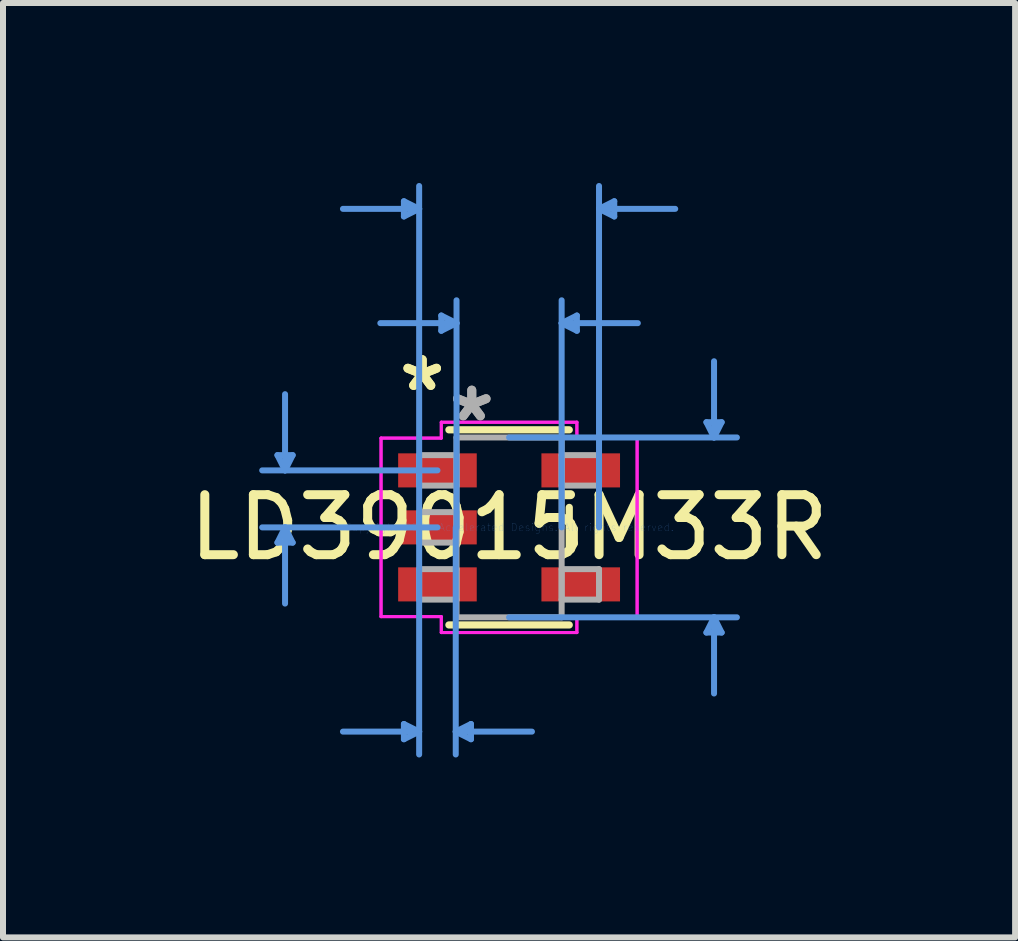
<source format=kicad_pcb>
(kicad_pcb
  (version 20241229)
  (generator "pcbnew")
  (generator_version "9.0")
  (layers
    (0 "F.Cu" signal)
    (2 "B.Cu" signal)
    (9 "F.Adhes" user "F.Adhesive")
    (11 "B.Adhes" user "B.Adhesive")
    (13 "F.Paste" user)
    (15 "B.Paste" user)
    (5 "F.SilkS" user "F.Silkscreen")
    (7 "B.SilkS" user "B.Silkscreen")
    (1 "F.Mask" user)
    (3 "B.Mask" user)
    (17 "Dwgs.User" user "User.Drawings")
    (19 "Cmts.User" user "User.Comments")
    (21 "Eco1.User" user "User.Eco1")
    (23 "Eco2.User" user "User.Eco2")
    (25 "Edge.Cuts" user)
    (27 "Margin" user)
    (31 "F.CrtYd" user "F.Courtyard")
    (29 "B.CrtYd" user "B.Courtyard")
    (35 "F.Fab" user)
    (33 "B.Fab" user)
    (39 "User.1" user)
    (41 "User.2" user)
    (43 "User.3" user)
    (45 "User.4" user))
  (footprint "LD39015M33R"
    (layer "F.Cu")
    (at 5.435 5.74)
    (property "Reference" "LD39015M33R" (at 0 0 0) (layer "F.SilkS") (effects (font (size 1 1) (thickness 0.15))))
    (attr through_hole)
    (fp_line (start -1.003 1.626) (end 1.003 1.626) (stroke (width 0.12) (type solid)) (layer "F.SilkS"))
    (fp_line (start 1.003 -1.626) (end -1.003 -1.626) (stroke (width 0.12) (type solid)) (layer "F.SilkS"))
    (fp_line (start 1.003 0.333) (end 1.003 -0.333) (stroke (width 0.12) (type solid)) (layer "F.SilkS"))
    (fp_line (start -3.861 -1.204) (end -3.607 -1.204) (stroke (width 0.1) (type solid)) (layer "Cmts.User"))
    (fp_line (start -3.861 0.254) (end -3.607 0.254) (stroke (width 0.1) (type solid)) (layer "Cmts.User"))
    (fp_line (start -3.734 -0.95) (end -3.861 -1.204) (stroke (width 0.1) (type solid)) (layer "Cmts.User"))
    (fp_line (start -3.734 -0.95) (end -3.734 -2.22) (stroke (width 0.1) (type solid)) (layer "Cmts.User"))
    (fp_line (start -3.734 -0.95) (end -3.607 -1.204) (stroke (width 0.1) (type solid)) (layer "Cmts.User"))
    (fp_line (start -3.734 0) (end -3.861 0.254) (stroke (width 0.1) (type solid)) (layer "Cmts.User"))
    (fp_line (start -3.734 0) (end -3.734 1.27) (stroke (width 0.1) (type solid)) (layer "Cmts.User"))
    (fp_line (start -3.734 0) (end -3.607 0.254) (stroke (width 0.1) (type solid)) (layer "Cmts.User"))
    (fp_line (start -1.753 -5.436) (end -1.753 -5.182) (stroke (width 0.1) (type solid)) (layer "Cmts.User"))
    (fp_line (start -1.753 3.277) (end -1.753 3.531) (stroke (width 0.1) (type solid)) (layer "Cmts.User"))
    (fp_line (start -1.499 -5.309) (end -2.769 -5.309) (stroke (width 0.1) (type solid)) (layer "Cmts.User"))
    (fp_line (start -1.499 -5.309) (end -1.753 -5.436) (stroke (width 0.1) (type solid)) (layer "Cmts.User"))
    (fp_line (start -1.499 -5.309) (end -1.753 -5.182) (stroke (width 0.1) (type solid)) (layer "Cmts.User"))
    (fp_line (start -1.499 0) (end -1.499 -5.69) (stroke (width 0.1) (type solid)) (layer "Cmts.User"))
    (fp_line (start -1.499 0) (end -1.499 3.785) (stroke (width 0.1) (type solid)) (layer "Cmts.User"))
    (fp_line (start -1.499 3.404) (end -2.769 3.404) (stroke (width 0.1) (type solid)) (layer "Cmts.User"))
    (fp_line (start -1.499 3.404) (end -1.753 3.277) (stroke (width 0.1) (type solid)) (layer "Cmts.User"))
    (fp_line (start -1.499 3.404) (end -1.753 3.531) (stroke (width 0.1) (type solid)) (layer "Cmts.User"))
    (fp_line (start -1.194 -0.95) (end -4.115 -0.95) (stroke (width 0.1) (type solid)) (layer "Cmts.User"))
    (fp_line (start -1.194 0) (end -4.115 0) (stroke (width 0.1) (type solid)) (layer "Cmts.User"))
    (fp_line (start -1.13 -3.531) (end -1.13 -3.277) (stroke (width 0.1) (type solid)) (layer "Cmts.User"))
    (fp_line (start -0.889 0) (end -0.889 3.785) (stroke (width 0.1) (type solid)) (layer "Cmts.User"))
    (fp_line (start -0.889 3.404) (end -0.635 3.277) (stroke (width 0.1) (type solid)) (layer "Cmts.User"))
    (fp_line (start -0.889 3.404) (end -0.635 3.531) (stroke (width 0.1) (type solid)) (layer "Cmts.User"))
    (fp_line (start -0.889 3.404) (end 0.381 3.404) (stroke (width 0.1) (type solid)) (layer "Cmts.User"))
    (fp_line (start -0.876 -3.404) (end -2.146 -3.404) (stroke (width 0.1) (type solid)) (layer "Cmts.User"))
    (fp_line (start -0.876 -3.404) (end -1.13 -3.531) (stroke (width 0.1) (type solid)) (layer "Cmts.User"))
    (fp_line (start -0.876 -3.404) (end -1.13 -3.277) (stroke (width 0.1) (type solid)) (layer "Cmts.User"))
    (fp_line (start -0.876 0) (end -0.876 -3.785) (stroke (width 0.1) (type solid)) (layer "Cmts.User"))
    (fp_line (start -0.635 3.277) (end -0.635 3.531) (stroke (width 0.1) (type solid)) (layer "Cmts.User"))
    (fp_line (start 0 -1.499) (end 3.797 -1.499) (stroke (width 0.1) (type solid)) (layer "Cmts.User"))
    (fp_line (start 0 1.499) (end 3.797 1.499) (stroke (width 0.1) (type solid)) (layer "Cmts.User"))
    (fp_line (start 0.876 -3.404) (end 1.13 -3.531) (stroke (width 0.1) (type solid)) (layer "Cmts.User"))
    (fp_line (start 0.876 -3.404) (end 1.13 -3.277) (stroke (width 0.1) (type solid)) (layer "Cmts.User"))
    (fp_line (start 0.876 -3.404) (end 2.146 -3.404) (stroke (width 0.1) (type solid)) (layer "Cmts.User"))
    (fp_line (start 0.876 0) (end 0.876 -3.785) (stroke (width 0.1) (type solid)) (layer "Cmts.User"))
    (fp_line (start 1.13 -3.531) (end 1.13 -3.277) (stroke (width 0.1) (type solid)) (layer "Cmts.User"))
    (fp_line (start 1.499 -5.309) (end 1.753 -5.436) (stroke (width 0.1) (type solid)) (layer "Cmts.User"))
    (fp_line (start 1.499 -5.309) (end 1.753 -5.182) (stroke (width 0.1) (type solid)) (layer "Cmts.User"))
    (fp_line (start 1.499 -5.309) (end 2.769 -5.309) (stroke (width 0.1) (type solid)) (layer "Cmts.User"))
    (fp_line (start 1.499 0) (end 1.499 -5.69) (stroke (width 0.1) (type solid)) (layer "Cmts.User"))
    (fp_line (start 1.753 -5.436) (end 1.753 -5.182) (stroke (width 0.1) (type solid)) (layer "Cmts.User"))
    (fp_line (start 3.289 -1.753) (end 3.543 -1.753) (stroke (width 0.1) (type solid)) (layer "Cmts.User"))
    (fp_line (start 3.289 1.753) (end 3.543 1.753) (stroke (width 0.1) (type solid)) (layer "Cmts.User"))
    (fp_line (start 3.416 -1.499) (end 3.289 -1.753) (stroke (width 0.1) (type solid)) (layer "Cmts.User"))
    (fp_line (start 3.416 -1.499) (end 3.416 -2.769) (stroke (width 0.1) (type solid)) (layer "Cmts.User"))
    (fp_line (start 3.416 -1.499) (end 3.543 -1.753) (stroke (width 0.1) (type solid)) (layer "Cmts.User"))
    (fp_line (start 3.416 1.499) (end 3.289 1.753) (stroke (width 0.1) (type solid)) (layer "Cmts.User"))
    (fp_line (start 3.416 1.499) (end 3.416 2.769) (stroke (width 0.1) (type solid)) (layer "Cmts.User"))
    (fp_line (start 3.416 1.499) (end 3.543 1.753) (stroke (width 0.1) (type solid)) (layer "Cmts.User"))
    (fp_line (start -2.134 -1.488) (end -1.13 -1.488) (stroke (width 0.05) (type solid)) (layer "F.CrtYd"))
    (fp_line (start -2.134 -1.488) (end -1.13 -1.488) (stroke (width 0.05) (type solid)) (layer "F.CrtYd"))
    (fp_line (start -2.134 1.488) (end -2.134 -1.488) (stroke (width 0.05) (type solid)) (layer "F.CrtYd"))
    (fp_line (start -2.134 1.488) (end -2.134 -1.488) (stroke (width 0.05) (type solid)) (layer "F.CrtYd"))
    (fp_line (start -1.13 -1.753) (end 1.13 -1.753) (stroke (width 0.05) (type solid)) (layer "F.CrtYd"))
    (fp_line (start -1.13 -1.753) (end 1.13 -1.753) (stroke (width 0.05) (type solid)) (layer "F.CrtYd"))
    (fp_line (start -1.13 -1.488) (end -1.13 -1.753) (stroke (width 0.05) (type solid)) (layer "F.CrtYd"))
    (fp_line (start -1.13 -1.488) (end -1.13 -1.753) (stroke (width 0.05) (type solid)) (layer "F.CrtYd"))
    (fp_line (start -1.13 1.488) (end -2.134 1.488) (stroke (width 0.05) (type solid)) (layer "F.CrtYd"))
    (fp_line (start -1.13 1.488) (end -2.134 1.488) (stroke (width 0.05) (type solid)) (layer "F.CrtYd"))
    (fp_line (start -1.13 1.753) (end -1.13 1.488) (stroke (width 0.05) (type solid)) (layer "F.CrtYd"))
    (fp_line (start -1.13 1.753) (end -1.13 1.488) (stroke (width 0.05) (type solid)) (layer "F.CrtYd"))
    (fp_line (start 1.13 -1.753) (end 1.13 -1.488) (stroke (width 0.05) (type solid)) (layer "F.CrtYd"))
    (fp_line (start 1.13 -1.753) (end 1.13 -1.488) (stroke (width 0.05) (type solid)) (layer "F.CrtYd"))
    (fp_line (start 1.13 -1.488) (end 2.134 -1.488) (stroke (width 0.05) (type solid)) (layer "F.CrtYd"))
    (fp_line (start 1.13 -1.488) (end 2.134 -1.488) (stroke (width 0.05) (type solid)) (layer "F.CrtYd"))
    (fp_line (start 1.13 1.488) (end 1.13 1.753) (stroke (width 0.05) (type solid)) (layer "F.CrtYd"))
    (fp_line (start 1.13 1.488) (end 1.13 1.753) (stroke (width 0.05) (type solid)) (layer "F.CrtYd"))
    (fp_line (start 1.13 1.753) (end -1.13 1.753) (stroke (width 0.05) (type solid)) (layer "F.CrtYd"))
    (fp_line (start 1.13 1.753) (end -1.13 1.753) (stroke (width 0.05) (type solid)) (layer "F.CrtYd"))
    (fp_line (start 2.134 -1.488) (end 2.134 1.488) (stroke (width 0.05) (type solid)) (layer "F.CrtYd"))
    (fp_line (start 2.134 -1.488) (end 2.134 1.488) (stroke (width 0.05) (type solid)) (layer "F.CrtYd"))
    (fp_line (start 2.134 1.488) (end 1.13 1.488) (stroke (width 0.05) (type solid)) (layer "F.CrtYd"))
    (fp_line (start 2.134 1.488) (end 1.13 1.488) (stroke (width 0.05) (type solid)) (layer "F.CrtYd"))
    (fp_line (start -1.499 -1.204) (end -1.499 -0.696) (stroke (width 0.1) (type solid)) (layer "F.Fab"))
    (fp_line (start -1.499 -0.696) (end -0.876 -0.696) (stroke (width 0.1) (type solid)) (layer "F.Fab"))
    (fp_line (start -1.499 -0.254) (end -1.499 0.254) (stroke (width 0.1) (type solid)) (layer "F.Fab"))
    (fp_line (start -1.499 0.254) (end -0.876 0.254) (stroke (width 0.1) (type solid)) (layer "F.Fab"))
    (fp_line (start -1.499 0.696) (end -1.499 1.204) (stroke (width 0.1) (type solid)) (layer "F.Fab"))
    (fp_line (start -1.499 1.204) (end -0.876 1.204) (stroke (width 0.1) (type solid)) (layer "F.Fab"))
    (fp_line (start -0.876 -1.499) (end -0.876 1.499) (stroke (width 0.1) (type solid)) (layer "F.Fab"))
    (fp_line (start -0.876 -1.204) (end -1.499 -1.204) (stroke (width 0.1) (type solid)) (layer "F.Fab"))
    (fp_line (start -0.876 -0.696) (end -0.876 -1.204) (stroke (width 0.1) (type solid)) (layer "F.Fab"))
    (fp_line (start -0.876 -0.254) (end -1.499 -0.254) (stroke (width 0.1) (type solid)) (layer "F.Fab"))
    (fp_line (start -0.876 0.254) (end -0.876 -0.254) (stroke (width 0.1) (type solid)) (layer "F.Fab"))
    (fp_line (start -0.876 0.696) (end -1.499 0.696) (stroke (width 0.1) (type solid)) (layer "F.Fab"))
    (fp_line (start -0.876 1.204) (end -0.876 0.696) (stroke (width 0.1) (type solid)) (layer "F.Fab"))
    (fp_line (start -0.876 1.499) (end 0.876 1.499) (stroke (width 0.1) (type solid)) (layer "F.Fab"))
    (fp_line (start 0.876 -1.499) (end -0.876 -1.499) (stroke (width 0.1) (type solid)) (layer "F.Fab"))
    (fp_line (start 0.876 -1.204) (end 0.876 -0.696) (stroke (width 0.1) (type solid)) (layer "F.Fab"))
    (fp_line (start 0.876 -0.696) (end 1.499 -0.696) (stroke (width 0.1) (type solid)) (layer "F.Fab"))
    (fp_line (start 0.876 0.696) (end 0.876 1.204) (stroke (width 0.1) (type solid)) (layer "F.Fab"))
    (fp_line (start 0.876 1.204) (end 1.499 1.204) (stroke (width 0.1) (type solid)) (layer "F.Fab"))
    (fp_line (start 0.876 1.499) (end 0.876 -1.499) (stroke (width 0.1) (type solid)) (layer "F.Fab"))
    (fp_line (start 1.499 -1.204) (end 0.876 -1.204) (stroke (width 0.1) (type solid)) (layer "F.Fab"))
    (fp_line (start 1.499 -0.696) (end 1.499 -1.204) (stroke (width 0.1) (type solid)) (layer "F.Fab"))
    (fp_line (start 1.499 0.696) (end 0.876 0.696) (stroke (width 0.1) (type solid)) (layer "F.Fab"))
    (fp_line (start 1.499 1.204) (end 1.499 0.696) (stroke (width 0.1) (type solid)) (layer "F.Fab"))
    (fp_text user "*" (at -1.448 -2.25 0) (layer "F.SilkS") (effects (font (size 1 1) (thickness 0.15))))
    (fp_text user "*" (at -1.448 -2.25 0) (layer "F.SilkS") (effects (font (size 1 1) (thickness 0.15))))
    (fp_text user "Copyright 2021 Accelerated Designs. All rights reserved." (at 0 0 0) (layer "Cmts.User") (effects (font (size 0.127 0.127) (thickness 0.002))))
    (fp_text user "*" (at -0.622 -1.742 0) (layer "F.Fab") (effects (font (size 1 1) (thickness 0.15))))
    (fp_text user "*" (at -0.622 -1.742 0) (layer "F.Fab") (effects (font (size 1 1) (thickness 0.15))))
    (pad "1" smd rect (at -1.194 -0.95) (size 1.31 0.568) (layers "F.Cu" "F.Mask" "F.Paste"))
    (pad "2" smd rect (at -1.194 0) (size 1.31 0.568) (layers "F.Cu" "F.Mask" "F.Paste"))
    (pad "3" smd rect (at -1.194 0.95) (size 1.31 0.568) (layers "F.Cu" "F.Mask" "F.Paste"))
    (pad "4" smd rect (at 1.194 0.95) (size 1.31 0.568) (layers "F.Cu" "F.Mask" "F.Paste"))
    (pad "5" smd rect (at 1.194 -0.95) (size 1.31 0.568) (layers "F.Cu" "F.Mask" "F.Paste")))
  (gr_rect
    (start -3 -3)
    (end 13.869 12.574)
    (stroke (width 0.1) (type default))
    (fill no)
    (layer "Edge.Cuts")))
</source>
